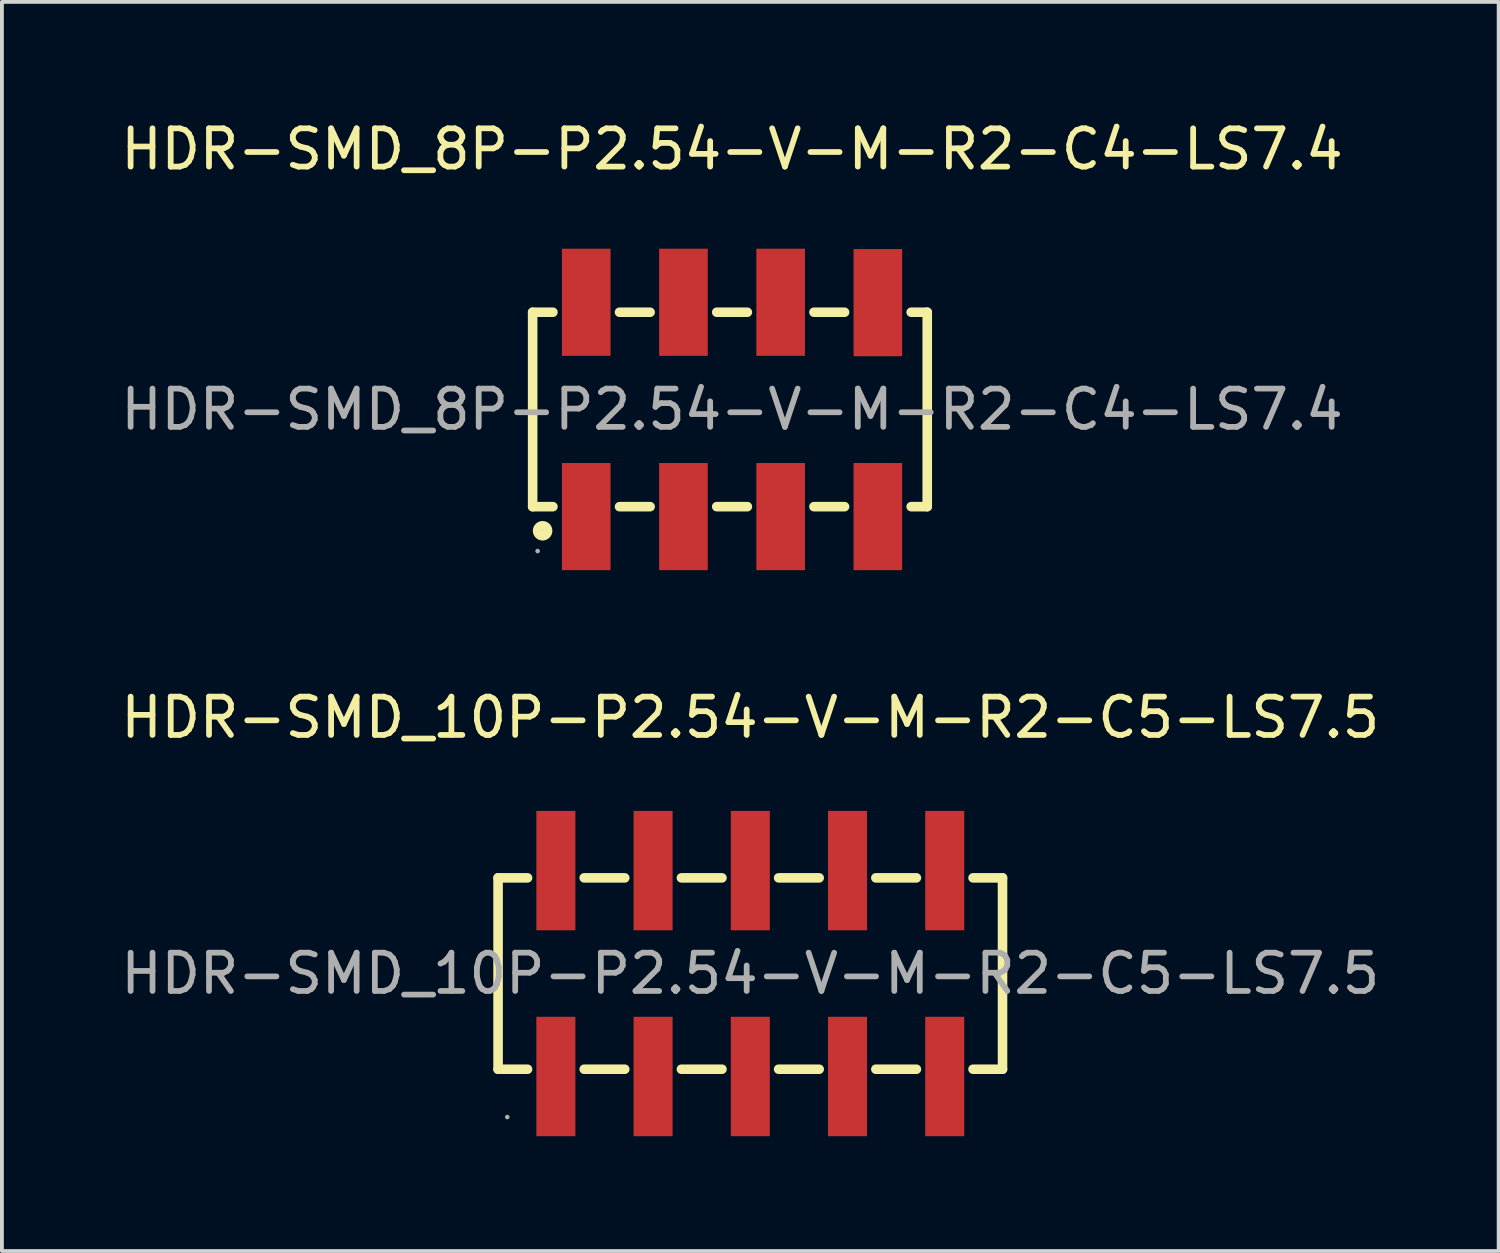
<source format=kicad_pcb>
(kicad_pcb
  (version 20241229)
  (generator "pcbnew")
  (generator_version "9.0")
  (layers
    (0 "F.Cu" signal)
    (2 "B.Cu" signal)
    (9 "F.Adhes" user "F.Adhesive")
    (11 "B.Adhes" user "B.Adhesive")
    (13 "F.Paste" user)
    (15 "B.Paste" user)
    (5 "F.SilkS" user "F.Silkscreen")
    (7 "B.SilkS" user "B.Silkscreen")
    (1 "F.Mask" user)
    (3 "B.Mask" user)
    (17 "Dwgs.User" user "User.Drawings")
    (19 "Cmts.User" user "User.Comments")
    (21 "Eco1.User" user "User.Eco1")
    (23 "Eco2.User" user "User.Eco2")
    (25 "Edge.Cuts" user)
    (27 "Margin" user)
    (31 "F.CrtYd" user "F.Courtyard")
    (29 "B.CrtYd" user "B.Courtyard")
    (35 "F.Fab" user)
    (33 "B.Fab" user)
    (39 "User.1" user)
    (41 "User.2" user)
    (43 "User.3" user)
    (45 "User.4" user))
  (footprint "HDR-SMD_8P-P2.54-V-M-R2-C4-LS7.4"
    (layer "F.Cu")
    (at 16.077 7.648)
    (property "Reference" "HDR-SMD_8P-P2.54-V-M-R2-C4-LS7.4" (at 0 -6.8 0) (layer "F.SilkS") (effects (font (size 1 1) (thickness 0.15))))
    (attr smd)
    (fp_line (start -5.21 -2.54) (end -5.21 2.54) (stroke (width 0.25) (type solid)) (layer "F.SilkS"))
    (fp_line (start -5.21 -2.54) (end -4.68 -2.54) (stroke (width 0.25) (type solid)) (layer "F.SilkS"))
    (fp_line (start -5.21 2.54) (end -4.68 2.54) (stroke (width 0.25) (type solid)) (layer "F.SilkS"))
    (fp_line (start -2.94 -2.54) (end -2.14 -2.54) (stroke (width 0.25) (type solid)) (layer "F.SilkS"))
    (fp_line (start -2.94 2.54) (end -2.14 2.54) (stroke (width 0.25) (type solid)) (layer "F.SilkS"))
    (fp_line (start -0.4 -2.54) (end 0.4 -2.54) (stroke (width 0.25) (type solid)) (layer "F.SilkS"))
    (fp_line (start -0.4 2.54) (end 0.4 2.54) (stroke (width 0.25) (type solid)) (layer "F.SilkS"))
    (fp_line (start 2.14 -2.54) (end 2.94 -2.54) (stroke (width 0.25) (type solid)) (layer "F.SilkS"))
    (fp_line (start 2.14 2.54) (end 2.94 2.54) (stroke (width 0.25) (type solid)) (layer "F.SilkS"))
    (fp_line (start 4.68 2.54) (end 5.1 2.54) (stroke (width 0.25) (type solid)) (layer "F.SilkS"))
    (fp_line (start 5.1 -2.54) (end 4.68 -2.54) (stroke (width 0.25) (type solid)) (layer "F.SilkS"))
    (fp_line (start 5.1 2.54) (end 5.1 -2.54) (stroke (width 0.25) (type solid)) (layer "F.SilkS"))
    (fp_circle (center -4.95 3.17) (end -4.82 3.17) (stroke (width 0.25) (type solid)) (fill no) (layer "F.SilkS"))
    (fp_circle (center -5.08 3.7) (end -5.05 3.7) (stroke (width 0.06) (type solid)) (fill no) (layer "F.Fab"))
    (fp_text user "${REFERENCE}" (at 0 0 0) (layer "F.Fab") (effects (font (size 1 1) (thickness 0.15))))
    (pad "1" smd rect (at -3.81 2.8) (size 1.27 2.8) (layers "F.Cu" "F.Mask" "F.Paste"))
    (pad "2" smd rect (at -3.81 -2.8) (size 1.27 2.8) (layers "F.Cu" "F.Mask" "F.Paste"))
    (pad "3" smd rect (at -1.27 2.8) (size 1.27 2.8) (layers "F.Cu" "F.Mask" "F.Paste"))
    (pad "4" smd rect (at -1.27 -2.8) (size 1.27 2.8) (layers "F.Cu" "F.Mask" "F.Paste"))
    (pad "5" smd rect (at 1.27 2.8) (size 1.27 2.8) (layers "F.Cu" "F.Mask" "F.Paste"))
    (pad "6" smd rect (at 1.27 -2.8) (size 1.27 2.8) (layers "F.Cu" "F.Mask" "F.Paste"))
    (pad "7" smd rect (at 3.81 2.8) (size 1.27 2.8) (layers "F.Cu" "F.Mask" "F.Paste"))
    (pad "8" smd rect (at 3.81 -2.79) (size 1.27 2.8) (layers "F.Cu" "F.Mask" "F.Paste")))
  (footprint "HDR-SMD_10P-P2.54-V-M-R2-C5-LS7.5"
    (layer "F.Cu")
    (at 16.554 22.387)
    (property "Reference" "HDR-SMD_10P-P2.54-V-M-R2-C5-LS7.5" (at 0 -6.69 0) (layer "F.SilkS") (effects (font (size 1 1) (thickness 0.15))))
    (attr smd)
    (fp_line (start -6.59 -2.5) (end -6.59 2.5) (stroke (width 0.25) (type solid)) (layer "F.SilkS"))
    (fp_line (start -6.59 -2.5) (end -5.82 -2.5) (stroke (width 0.25) (type solid)) (layer "F.SilkS"))
    (fp_line (start -6.59 2.5) (end -5.82 2.5) (stroke (width 0.25) (type solid)) (layer "F.SilkS"))
    (fp_line (start -4.34 -2.5) (end -3.28 -2.5) (stroke (width 0.25) (type solid)) (layer "F.SilkS"))
    (fp_line (start -4.34 2.5) (end -3.28 2.5) (stroke (width 0.25) (type solid)) (layer "F.SilkS"))
    (fp_line (start -1.8 -2.5) (end -0.74 -2.5) (stroke (width 0.25) (type solid)) (layer "F.SilkS"))
    (fp_line (start -1.8 2.5) (end -0.74 2.5) (stroke (width 0.25) (type solid)) (layer "F.SilkS"))
    (fp_line (start 0.74 -2.5) (end 1.8 -2.5) (stroke (width 0.25) (type solid)) (layer "F.SilkS"))
    (fp_line (start 0.74 2.5) (end 1.8 2.5) (stroke (width 0.25) (type solid)) (layer "F.SilkS"))
    (fp_line (start 3.28 -2.5) (end 4.34 -2.5) (stroke (width 0.25) (type solid)) (layer "F.SilkS"))
    (fp_line (start 3.28 2.5) (end 4.34 2.5) (stroke (width 0.25) (type solid)) (layer "F.SilkS"))
    (fp_line (start 5.82 -2.5) (end 6.59 -2.5) (stroke (width 0.25) (type solid)) (layer "F.SilkS"))
    (fp_line (start 5.82 2.5) (end 6.59 2.5) (stroke (width 0.25) (type solid)) (layer "F.SilkS"))
    (fp_line (start 6.59 2.5) (end 6.59 -2.5) (stroke (width 0.25) (type solid)) (layer "F.SilkS"))
    (fp_circle (center -6.35 3.75) (end -6.32 3.75) (stroke (width 0.06) (type solid)) (fill no) (layer "F.Fab"))
    (fp_text user "${REFERENCE}" (at 0 0 0) (layer "F.Fab") (effects (font (size 1 1) (thickness 0.15))))
    (pad "1" smd rect (at -5.08 2.69) (size 1.02 3.12) (layers "F.Cu" "F.Mask" "F.Paste"))
    (pad "2" smd rect (at -5.08 -2.69) (size 1.02 3.12) (layers "F.Cu" "F.Mask" "F.Paste"))
    (pad "3" smd rect (at -2.54 2.69) (size 1.02 3.12) (layers "F.Cu" "F.Mask" "F.Paste"))
    (pad "4" smd rect (at -2.54 -2.69) (size 1.02 3.12) (layers "F.Cu" "F.Mask" "F.Paste"))
    (pad "5" smd rect (at 0 2.69) (size 1.02 3.12) (layers "F.Cu" "F.Mask" "F.Paste"))
    (pad "6" smd rect (at 0 -2.69) (size 1.02 3.12) (layers "F.Cu" "F.Mask" "F.Paste"))
    (pad "7" smd rect (at 2.54 2.69) (size 1.02 3.12) (layers "F.Cu" "F.Mask" "F.Paste"))
    (pad "8" smd rect (at 2.54 -2.69) (size 1.02 3.12) (layers "F.Cu" "F.Mask" "F.Paste"))
    (pad "9" smd rect (at 5.08 2.69) (size 1.02 3.12) (layers "F.Cu" "F.Mask" "F.Paste"))
    (pad "10" smd rect (at 5.08 -2.69) (size 1.02 3.12) (layers "F.Cu" "F.Mask" "F.Paste")))
  (gr_rect
    (start -3 -3)
    (end 36.107 29.637)
    (stroke (width 0.1) (type default))
    (fill no)
    (layer "Edge.Cuts")))
</source>
